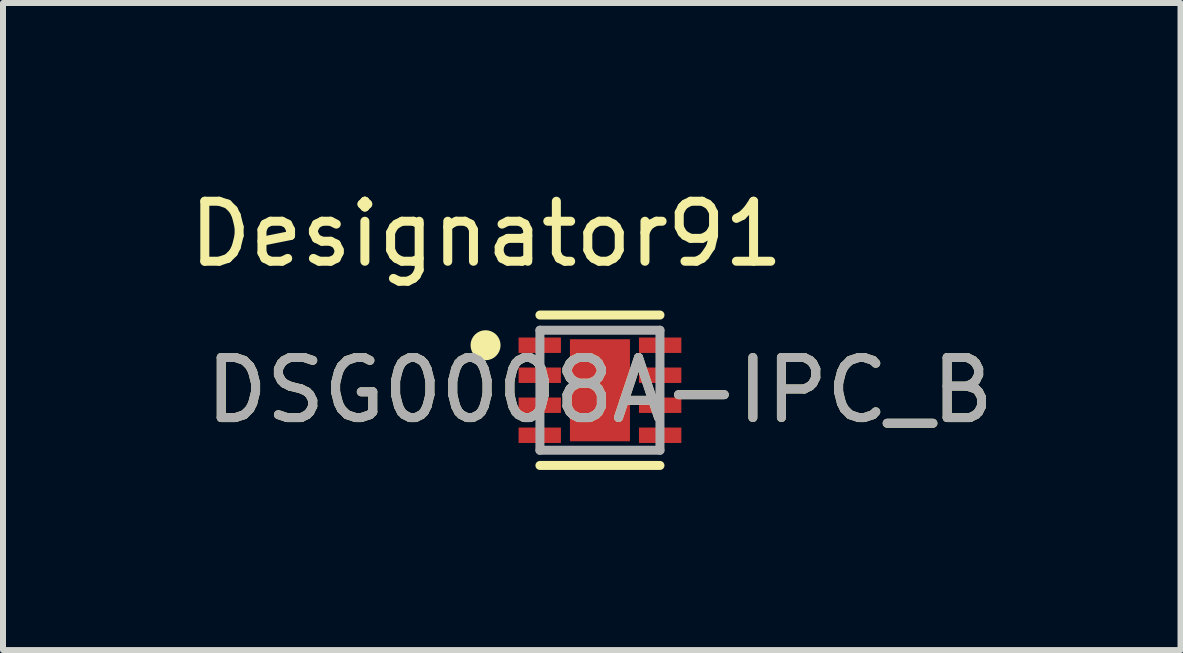
<source format=kicad_pcb>
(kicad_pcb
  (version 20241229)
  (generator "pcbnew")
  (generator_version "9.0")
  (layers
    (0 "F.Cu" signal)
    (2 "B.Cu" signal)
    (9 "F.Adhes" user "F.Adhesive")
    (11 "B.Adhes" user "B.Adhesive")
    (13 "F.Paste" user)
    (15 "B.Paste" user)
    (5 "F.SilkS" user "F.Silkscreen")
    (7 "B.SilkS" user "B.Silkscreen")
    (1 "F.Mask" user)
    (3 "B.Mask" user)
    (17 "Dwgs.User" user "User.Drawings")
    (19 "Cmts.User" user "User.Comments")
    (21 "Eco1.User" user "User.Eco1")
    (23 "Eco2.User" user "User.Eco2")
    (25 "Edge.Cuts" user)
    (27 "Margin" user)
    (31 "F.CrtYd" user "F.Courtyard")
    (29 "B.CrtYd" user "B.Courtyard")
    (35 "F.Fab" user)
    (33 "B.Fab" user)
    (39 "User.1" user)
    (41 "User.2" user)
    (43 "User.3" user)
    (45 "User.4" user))
  (footprint "DSG0008A-IPC_B"
    (layer "F.Cu")
    (at 6.946 3.452)
    (property "Reference" "DSG0008A-IPC_B" (at 0 0 0) (unlocked yes) (layer "F.SilkS") (effects (font (size 1 1) (thickness 0.15))))
    (attr smd)
    (fp_line (start -1 -1.253) (end 1 -1.253) (stroke (width 0.15) (type solid)) (layer "F.SilkS"))
    (fp_line (start -1 1.253) (end 1 1.253) (stroke (width 0.15) (type solid)) (layer "F.SilkS"))
    (fp_circle (center -1.906 -0.75) (end -1.781 -0.75) (stroke (width 0.25) (type solid)) (fill no) (layer "F.SilkS"))
    (fp_poly (pts (xy -0.273 0.623) (xy 0.273 0.623) (xy 0.273 -0.623) (xy -0.273 -0.623)) (stroke (width 0) (type solid)) (fill yes) (layer "F.Paste"))
    (fp_line (start -1 -1) (end 1 -1) (stroke (width 0.15) (type solid)) (layer "F.Fab"))
    (fp_line (start -1 1) (end -1 -1) (stroke (width 0.15) (type solid)) (layer "F.Fab"))
    (fp_line (start -1 1) (end 1 1) (stroke (width 0.15) (type solid)) (layer "F.Fab"))
    (fp_line (start 1 1) (end 1 -1) (stroke (width 0.15) (type solid)) (layer "F.Fab"))
    (fp_text user "Designator91" (at -1.893 -2.604 0) (unlocked yes) (layer "F.SilkS") (effects (font (size 1 1) (thickness 0.15))))
    (fp_text user "${REFERENCE}" (at 0 0 0) (unlocked yes) (layer "F.Fab") (effects (font (size 1 1) (thickness 0.15))))
    (pad "1" smd rect (at -1.003 -0.75) (size 0.706 0.257) (layers "F.Cu" "F.Mask" "F.Paste"))
    (pad "2" smd rect (at -1.003 -0.25) (size 0.706 0.257) (layers "F.Cu" "F.Mask" "F.Paste"))
    (pad "3" smd rect (at -1.003 0.25) (size 0.706 0.257) (layers "F.Cu" "F.Mask" "F.Paste"))
    (pad "4" smd rect (at -1.003 0.75) (size 0.706 0.257) (layers "F.Cu" "F.Mask" "F.Paste"))
    (pad "5" smd rect (at 1.003 0.75) (size 0.706 0.257) (layers "F.Cu" "F.Mask" "F.Paste"))
    (pad "6" smd rect (at 1.003 0.25) (size 0.706 0.257) (layers "F.Cu" "F.Mask" "F.Paste"))
    (pad "7" smd rect (at 1.003 -0.25) (size 0.706 0.257) (layers "F.Cu" "F.Mask" "F.Paste"))
    (pad "8" smd rect (at 1.003 -0.75) (size 0.706 0.257) (layers "F.Cu" "F.Mask" "F.Paste"))
    (pad "9" smd rect (at 0 0) (size 1 1.7) (layers "F.Cu" "F.Mask")))
  (gr_rect
    (start -3 -3)
    (end 16.619 7.781)
    (stroke (width 0.1) (type default))
    (fill no)
    (layer "Edge.Cuts")))
</source>
